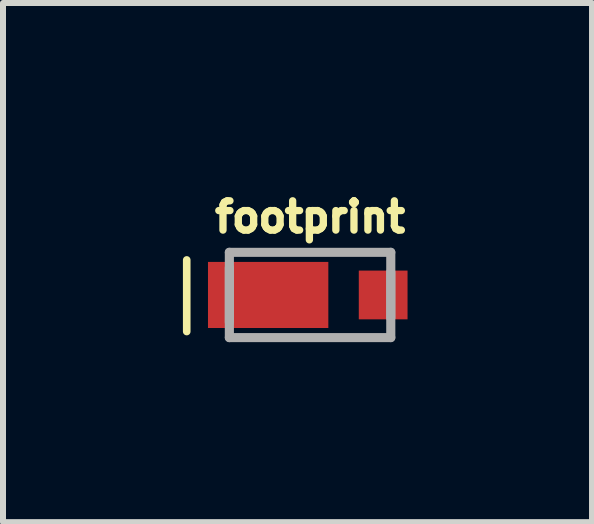
<source format=kicad_pcb>
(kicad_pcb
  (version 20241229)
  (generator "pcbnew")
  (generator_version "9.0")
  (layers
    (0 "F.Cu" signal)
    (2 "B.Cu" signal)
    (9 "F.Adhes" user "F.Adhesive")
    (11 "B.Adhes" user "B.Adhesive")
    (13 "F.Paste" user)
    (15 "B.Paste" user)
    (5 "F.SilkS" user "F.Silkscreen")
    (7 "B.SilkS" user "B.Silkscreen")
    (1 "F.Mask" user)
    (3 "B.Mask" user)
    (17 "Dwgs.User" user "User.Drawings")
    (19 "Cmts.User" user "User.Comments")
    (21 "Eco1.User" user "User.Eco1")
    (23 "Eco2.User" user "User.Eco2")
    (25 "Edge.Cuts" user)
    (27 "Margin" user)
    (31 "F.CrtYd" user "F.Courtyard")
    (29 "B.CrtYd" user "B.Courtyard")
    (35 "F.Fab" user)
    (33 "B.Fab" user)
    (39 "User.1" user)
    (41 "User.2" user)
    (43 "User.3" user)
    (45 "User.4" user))
  (footprint "footprint"
    (layer "F.Cu")
    (at 2.121 1.869)
    (property "Reference" "footprint" (at 0 -1.016 0) (layer "F.SilkS") (effects (font (size 0.488 0.488) (thickness 0.122)) (justify bottom)))
    (fp_line (start -2.057 0.61) (end -2.057 -0.584) (stroke (width 0.127) (type solid)) (layer "F.SilkS"))
    (fp_line (start -1.346 -0.711) (end -1.346 0.711) (stroke (width 0.152) (type solid)) (layer "F.Fab"))
    (fp_line (start -1.346 -0.457) (end -1.346 0.457) (stroke (width 0.152) (type solid)) (layer "F.Fab"))
    (fp_line (start -1.346 0.711) (end 1.346 0.711) (stroke (width 0.152) (type solid)) (layer "F.Fab"))
    (fp_line (start 1.346 -0.711) (end -1.346 -0.711) (stroke (width 0.152) (type solid)) (layer "F.Fab"))
    (fp_line (start 1.346 0.381) (end 1.346 -0.381) (stroke (width 0.152) (type solid)) (layer "F.Fab"))
    (fp_line (start 1.346 0.711) (end 1.346 -0.711) (stroke (width 0.152) (type solid)) (layer "F.Fab"))
    (pad "A" smd rect (at 1.219 0) (size 0.813 0.813) (layers "F.Cu" "F.Mask" "F.Paste"))
    (pad "C" smd rect (at -0.699 0) (size 2.007 1.102) (layers "F.Cu" "F.Mask" "F.Paste")))
  (gr_rect
    (start -3 -3)
    (end 6.823 5.657)
    (stroke (width 0.1) (type default))
    (fill no)
    (layer "Edge.Cuts")))
</source>
